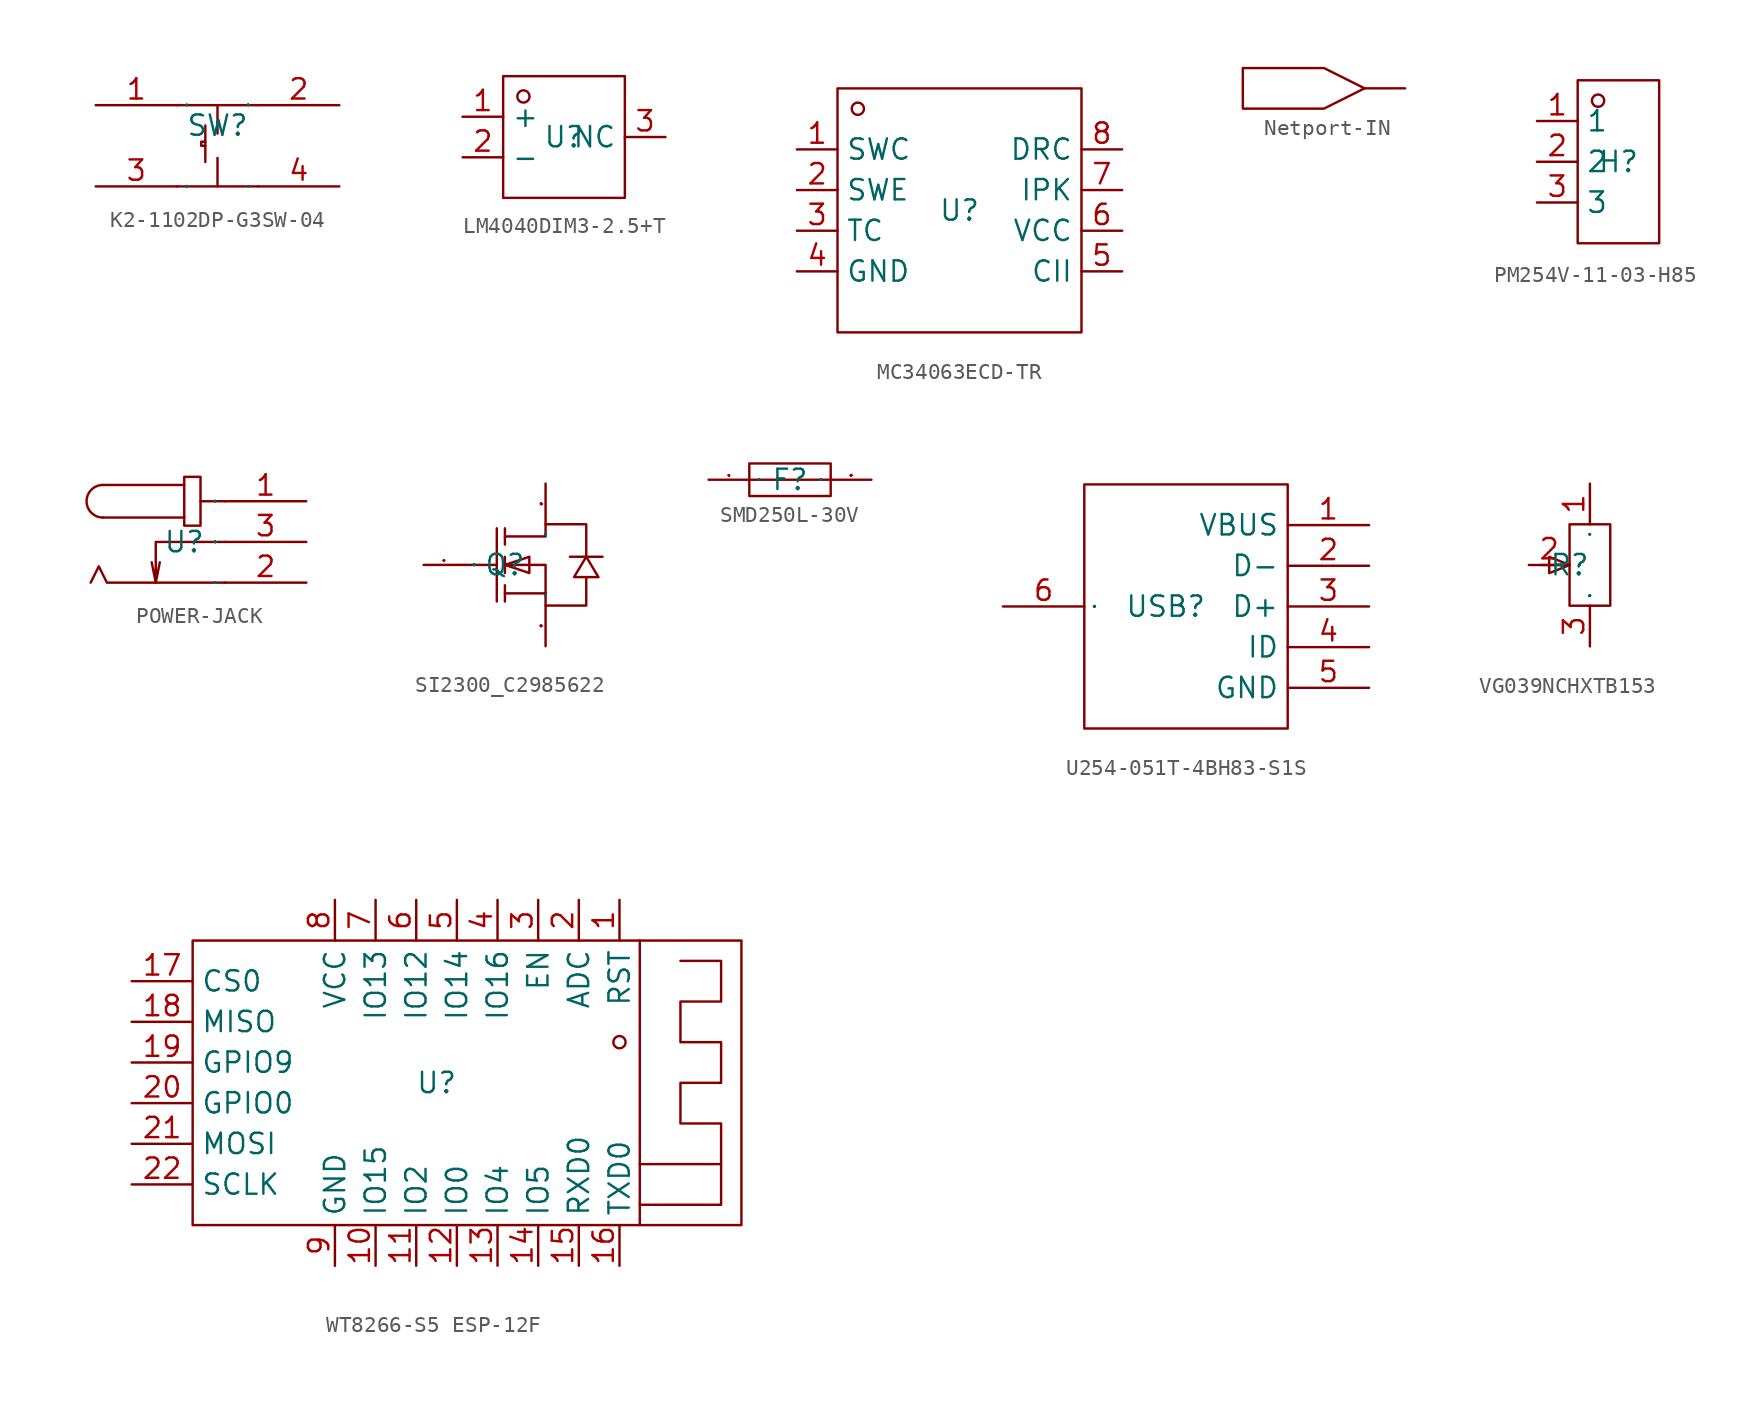
<source format=kicad_sym>
(kicad_symbol_lib
  (version 20241209)
  (generator "kicad_symbol_editor")
  (generator_version "9.0")
  (symbol "K2-1102DP-G3SW-04"
    (property "Reference" "SW"
      (at 0 0 0)
      (effects (font (size 1.27 1.27))))
    (property "Value" ""
      (at 0 0 0)
      (effects (font (size 1.27 1.27))))
    (symbol "K2-1102DP-G3SW-04_1_0"
      (polyline (pts (xy -2.54 1.27) (xy 2.54 1.27)) (stroke (width 0) (type default)) (fill (type none)))
      (polyline (pts (xy -2.54 -3.81) (xy 2.54 -3.81)) (stroke (width 0) (type default)) (fill (type none)))
      (polyline (pts (xy -0.762 0) (xy -0.762 -2.286)) (stroke (width 0) (type default)) (fill (type none)))
      (polyline (pts (xy -0.762 -1.016) (xy -1.016 -1.016) (xy -1.016 -1.016) (xy -1.016 -1.27) (xy -1.016 -1.27) (xy -0.762 -1.27)) (stroke (width 0) (type default)) (fill (type none)))
      (polyline (pts (xy 0 1.27) (xy 0 0.254)) (stroke (width 0) (type default)) (fill (type none)))
      (polyline (pts (xy 0 0.254) (xy 0 -0.508)) (stroke (width 0) (type default)) (fill (type none)))
      (polyline (pts (xy 0 -3.81) (xy 0 -2.032)) (stroke (width 0) (type default)) (fill (type none)))
      (pin input line (at -7.62 1.27 0) (length 5.08) (name "1" (effects (font (size 0.025 0.025)))) (number "1" (effects (font (size 1.27 1.27)))))
      (pin input line (at -7.62 -3.81 0) (length 5.08) (name "3" (effects (font (size 0.025 0.025)))) (number "3" (effects (font (size 1.27 1.27)))))
      (pin input line (at 7.62 1.27 180) (length 5.08) (name "2" (effects (font (size 0.025 0.025)))) (number "2" (effects (font (size 1.27 1.27)))))
      (pin input line (at 7.62 -3.81 180) (length 5.08) (name "4" (effects (font (size 0.025 0.025)))) (number "4" (effects (font (size 1.27 1.27)))))))
  (symbol "LM4040DIM3-2.5+T"
    (property "Reference" "U"
      (at 0 0 0)
      (effects (font (size 1.27 1.27))))
    (property "Value" ""
      (at 0 0 0)
      (effects (font (size 1.27 1.27))))
    (symbol "LM4040DIM3-2.5+T_1_0"
      (rectangle (start -3.81 -3.81) (end 3.81 3.81) (stroke (width 0) (type default)) (fill (type none)))
      (circle (center -2.54 2.54) (radius 0.381) (stroke (width 0) (type default)) (fill (type none)))
      (pin input line (at -6.35 1.27 0) (length 2.54) (name "+" (effects (font (size 1.27 1.27)))) (number "1" (effects (font (size 1.27 1.27)))))
      (pin input line (at -6.35 -1.27 0) (length 2.54) (name "-" (effects (font (size 1.27 1.27)))) (number "2" (effects (font (size 1.27 1.27)))))
      (pin input line (at 6.35 0 180) (length 2.54) (name "NC" (effects (font (size 1.27 1.27)))) (number "3" (effects (font (size 1.27 1.27)))))))
  (symbol "MC34063ECD-TR"
    (property "Reference" "U"
      (at 0 0 0)
      (effects (font (size 1.27 1.27))))
    (property "Value" ""
      (at 0 0 0)
      (effects (font (size 1.27 1.27))))
    (symbol "MC34063ECD-TR_1_0"
      (rectangle (start -7.62 -7.62) (end 7.62 7.62) (stroke (width 0) (type default)) (fill (type none)))
      (circle (center -6.35 6.35) (radius 0.381) (stroke (width 0) (type default)) (fill (type none)))
      (pin input line (at -10.16 3.81 0) (length 2.54) (name "SWC" (effects (font (size 1.27 1.27)))) (number "1" (effects (font (size 1.27 1.27)))))
      (pin input line (at -10.16 1.27 0) (length 2.54) (name "SWE" (effects (font (size 1.27 1.27)))) (number "2" (effects (font (size 1.27 1.27)))))
      (pin input line (at -10.16 -1.27 0) (length 2.54) (name "TC" (effects (font (size 1.27 1.27)))) (number "3" (effects (font (size 1.27 1.27)))))
      (pin input line (at -10.16 -3.81 0) (length 2.54) (name "GND" (effects (font (size 1.27 1.27)))) (number "4" (effects (font (size 1.27 1.27)))))
      (pin input line (at 10.16 3.81 180) (length 2.54) (name "DRC" (effects (font (size 1.27 1.27)))) (number "8" (effects (font (size 1.27 1.27)))))
      (pin input line (at 10.16 1.27 180) (length 2.54) (name "IPK" (effects (font (size 1.27 1.27)))) (number "7" (effects (font (size 1.27 1.27)))))
      (pin input line (at 10.16 -1.27 180) (length 2.54) (name "VCC" (effects (font (size 1.27 1.27)))) (number "6" (effects (font (size 1.27 1.27)))))
      (pin input line (at 10.16 -3.81 180) (length 2.54) (name "CII" (effects (font (size 1.27 1.27)))) (number "5" (effects (font (size 1.27 1.27)))))))
  (symbol "Netport-IN"
    (power)
    (pin_numbers
      (hide yes))
    (pin_names
      (hide yes))
    (property "Reference" "#PWR"
      (at 0 0 0)
      (effects (font (size 1.27 1.27)) (hide yes)))
    (property "Value" ""
      (at 0 0 0)
      (effects (font (size 1.27 1.27))))
    (symbol "Netport-IN_1_0"
      (polyline (pts (xy -2.54 0) (xy -5.08 1.27) (xy -10.16 1.27) (xy -10.16 -1.27) (xy -5.08 -1.27) (xy -2.54 0)) (stroke (width 0) (type default)) (fill (type none)))
      (pin input line (at 0 0 180) (length 2.54) (name "IN" (effects (font (size 0.025 0.025)))) (number "1" (effects (font (size 0.025 0.025)))))))
  (symbol "PM254V-11-03-H85"
    (property "Reference" "H"
      (at 0 0 0)
      (effects (font (size 1.27 1.27))))
    (property "Value" ""
      (at 0 0 0)
      (effects (font (size 1.27 1.27))))
    (symbol "PM254V-11-03-H85_1_0"
      (rectangle (start -2.54 -5.08) (end 2.54 5.08) (stroke (width 0) (type default)) (fill (type none)))
      (circle (center -1.27 3.81) (radius 0.381) (stroke (width 0) (type default)) (fill (type none)))
      (pin input line (at -5.08 2.54 0) (length 2.54) (name "1" (effects (font (size 1.27 1.27)))) (number "1" (effects (font (size 1.27 1.27)))))
      (pin input line (at -5.08 0 0) (length 2.54) (name "2" (effects (font (size 1.27 1.27)))) (number "2" (effects (font (size 1.27 1.27)))))
      (pin input line (at -5.08 -2.54 0) (length 2.54) (name "3" (effects (font (size 1.27 1.27)))) (number "3" (effects (font (size 1.27 1.27)))))))
  (symbol "POWER-JACK"
    (property "Reference" "U"
      (at 0 0 0)
      (effects (font (size 1.27 1.27))))
    (property "Value" ""
      (at 0 0 0)
      (effects (font (size 1.27 1.27))))
    (symbol "POWER-JACK_1_0"
      (arc (start -5.08 1.524) (mid -6.096 2.54) (end -5.08 3.556) (stroke (width 0) (type default)) (fill (type none)))
      (polyline (pts (xy -1.778 -2.54) (xy -1.524 -1.27)) (stroke (width 0) (type default)) (fill (type none)))
      (polyline (pts (xy 0 3.556) (xy -5.08 3.556)) (stroke (width 0) (type default)) (fill (type none)))
      (polyline (pts (xy 0 1.524) (xy -5.08 1.524)) (stroke (width 0) (type default)) (fill (type none)))
      (rectangle (start 0 1.016) (end 1.016 4.064) (stroke (width 0) (type default)) (fill (type none)))
      (polyline (pts (xy 2.54 2.54) (xy 1.016 2.54)) (stroke (width 0) (type default)) (fill (type none)))
      (polyline (pts (xy 2.54 0) (xy -1.778 0) (xy -1.778 0) (xy -1.778 -2.54) (xy -1.778 -2.54) (xy -2.032 -1.27)) (stroke (width 0) (type default)) (fill (type none)))
      (polyline (pts (xy 2.54 -2.54) (xy -4.826 -2.54) (xy -4.826 -2.54) (xy -5.334 -1.524) (xy -5.334 -1.524) (xy -5.842 -2.54)) (stroke (width 0) (type default)) (fill (type none)))
      (pin input line (at 7.62 2.54 180) (length 5.08) (name "1" (effects (font (size 0.025 0.025)))) (number "1" (effects (font (size 1.27 1.27)))))
      (pin input line (at 7.62 0 180) (length 5.08) (name "3" (effects (font (size 0.025 0.025)))) (number "3" (effects (font (size 1.27 1.27)))))
      (pin input line (at 7.62 -2.54 180) (length 5.08) (name "2" (effects (font (size 0.025 0.025)))) (number "2" (effects (font (size 1.27 1.27)))))))
  (symbol "SI2300_C2985622"
    (property "Reference" "Q"
      (at 0 0 0)
      (effects (font (size 1.27 1.27))))
    (property "Value" ""
      (at 0 0 0)
      (effects (font (size 1.27 1.27))))
    (symbol "SI2300_C2985622_1_0"
      (polyline (pts (xy -2.54 0) (xy -0.508 0)) (stroke (width 0) (type default)) (fill (type none)))
      (polyline (pts (xy -0.508 2.286) (xy -0.508 -2.286)) (stroke (width 0) (type default)) (fill (type none)))
      (polyline (pts (xy 0 2.286) (xy 0 1.27)) (stroke (width 0) (type default)) (fill (type none)))
      (polyline (pts (xy 0 1.778) (xy 2.54 1.778) (xy 2.54 1.778) (xy 2.54 2.54) (xy 2.54 2.54) (xy 5.08 2.54) (xy 5.08 2.54) (xy 5.08 0.508)) (stroke (width 0) (type default)) (fill (type none)))
      (polyline (pts (xy 0 0) (xy 1.524 -0.508) (xy 1.524 -0.508) (xy 1.524 0.508) (xy 1.524 0.508) (xy 0 0)) (stroke (width 0) (type default)) (fill (type none)))
      (polyline (pts (xy 0 0) (xy 2.54 0) (xy 2.54 0) (xy 2.54 -2.54) (xy 2.54 -2.54) (xy 5.08 -2.54) (xy 5.08 -2.54) (xy 5.08 -0.762)) (stroke (width 0) (type default)) (fill (type none)))
      (polyline (pts (xy 0 -0.508) (xy 0 0.508)) (stroke (width 0) (type default)) (fill (type none)))
      (polyline (pts (xy 0 -2.286) (xy 0 -1.27)) (stroke (width 0) (type default)) (fill (type none)))
      (polyline (pts (xy 2.54 -1.778) (xy 0 -1.778)) (stroke (width 0) (type default)) (fill (type none)))
      (polyline (pts (xy 5.08 0.508) (xy 4.318 -0.762) (xy 4.318 -0.762) (xy 5.842 -0.762) (xy 5.842 -0.762) (xy 5.08 0.508)) (stroke (width 0) (type default)) (fill (type none)))
      (polyline (pts (xy 6.096 0.508) (xy 5.588 0.508) (xy 5.588 0.508) (xy 4.572 0.508) (xy 4.572 0.508) (xy 4.064 0.508)) (stroke (width 0) (type default)) (fill (type none)))
      (pin input line (at -5.08 0 0) (length 2.54) (name "G" (effects (font (size 0.025 0.025)))) (number "1" (effects (font (size 0.025 0.025)))))
      (pin input line (at 2.54 5.08 270) (length 2.54) (name "D" (effects (font (size 0.025 0.025)))) (number "3" (effects (font (size 0.025 0.025)))))
      (pin input line (at 2.54 -5.08 90) (length 2.54) (name "S" (effects (font (size 0.025 0.025)))) (number "2" (effects (font (size 0.025 0.025)))))))
  (symbol "SMD250L-30V"
    (property "Reference" "F"
      (at 0 0 0)
      (effects (font (size 1.27 1.27))))
    (property "Value" ""
      (at 0 0 0)
      (effects (font (size 1.27 1.27))))
    (symbol "SMD250L-30V_1_0"
      (polyline (pts (xy -2.54 0) (xy 2.54 0)) (stroke (width 0) (type default)) (fill (type none)))
      (rectangle (start -2.54 -1.016) (end 2.54 1.016) (stroke (width 0) (type default)) (fill (type none)))
      (pin input line (at -5.08 0 0) (length 2.54) (name "1" (effects (font (size 0.025 0.025)))) (number "1" (effects (font (size 0.025 0.025)))))
      (pin input line (at 5.08 0 180) (length 2.54) (name "2" (effects (font (size 0.025 0.025)))) (number "2" (effects (font (size 0.025 0.025)))))))
  (symbol "U254-051T-4BH83-S1S"
    (property "Reference" "USB"
      (at 0 0 0)
      (effects (font (size 1.27 1.27))))
    (property "Value" ""
      (at 0 0 0)
      (effects (font (size 1.27 1.27))))
    (symbol "U254-051T-4BH83-S1S_1_0"
      (rectangle (start -5.08 -7.62) (end 7.62 7.62) (stroke (width 0) (type default)) (fill (type none)))
      (pin input line (at -10.16 0 0) (length 5.08) (name "EH" (effects (font (size 0.025 0.025)))) (number "6" (effects (font (size 1.27 1.27)))))
      (pin input line (at 12.7 5.08 180) (length 5.08) (name "VBUS" (effects (font (size 1.27 1.27)))) (number "1" (effects (font (size 1.27 1.27)))))
      (pin input line (at 12.7 2.54 180) (length 5.08) (name "D-" (effects (font (size 1.27 1.27)))) (number "2" (effects (font (size 1.27 1.27)))))
      (pin input line (at 12.7 0 180) (length 5.08) (name "D+" (effects (font (size 1.27 1.27)))) (number "3" (effects (font (size 1.27 1.27)))))
      (pin input line (at 12.7 -2.54 180) (length 5.08) (name "ID" (effects (font (size 1.27 1.27)))) (number "4" (effects (font (size 1.27 1.27)))))
      (pin input line (at 12.7 -5.08 180) (length 5.08) (name "GND" (effects (font (size 1.27 1.27)))) (number "5" (effects (font (size 1.27 1.27)))))))
  (symbol "VG039NCHXTB153"
    (property "Reference" "R"
      (at 0 0 0)
      (effects (font (size 1.27 1.27))))
    (symbol "VG039NCHXTB153_1_0"
      (polyline (pts (xy -0.508 0) (xy -1.778 0)) (stroke (width 0) (type default)) (fill (type none)))
      (polyline (pts (xy 0 0) (xy -1.27 -0.508) (xy -1.27 -0.508) (xy -1.27 0.508) (xy -1.27 0.508) (xy 0 0)) (stroke (width 0) (type default)) (fill (type none)))
      (polyline (pts (xy 0 -2.54) (xy 0 2.54) (xy 0 2.54) (xy 2.54 2.54) (xy 2.54 2.54) (xy 2.54 -2.54) (xy 2.54 -2.54) (xy 0 -2.54)) (stroke (width 0) (type default)) (fill (type none)))
      (pin input line (at -2.54 0 0) (length 2.54) (name "2" (effects (font (size 0.025 0.025)))) (number "2" (effects (font (size 1.27 1.27)))))
      (pin input line (at 1.27 5.08 270) (length 2.54) (name "1" (effects (font (size 0.025 0.025)))) (number "1" (effects (font (size 1.27 1.27)))))
      (pin input line (at 1.27 -5.08 90) (length 2.54) (name "3" (effects (font (size 0.025 0.025)))) (number "3" (effects (font (size 1.27 1.27)))))))
  (symbol "WT8266-S5 ESP-12F"
    (property "Reference" "U"
      (at 0 0 0)
      (effects (font (size 1.27 1.27))))
    (property "Value" ""
      (at 0 0 0)
      (effects (font (size 1.27 1.27))))
    (symbol "WT8266-S5 ESP-12F_1_0"
      (rectangle (start -15.24 -8.89) (end 19.05 8.89) (stroke (width 0) (type default)) (fill (type none)))
      (circle (center 11.43 2.54) (radius 0.381) (stroke (width 0) (type default)) (fill (type none)))
      (polyline (pts (xy 12.7 8.89) (xy 12.7 -8.89)) (stroke (width 0) (type default)) (fill (type none)))
      (polyline (pts (xy 15.24 7.62) (xy 17.78 7.62) (xy 17.78 7.62) (xy 17.78 5.08) (xy 17.78 5.08) (xy 15.24 5.08) (xy 15.24 5.08) (xy 15.24 2.54) (xy 15.24 2.54) (xy 17.78 2.54) (xy 17.78 2.54) (xy 17.78 0) (xy 17.78 0) (xy 15.24 0) (xy 15.24 0) (xy 15.24 -2.54) (xy 15.24 -2.54) (xy 17.78 -2.54) (xy 17.78 -2.54) (xy 17.78 -7.62) (xy 17.78 -7.62) (xy 12.7 -7.62)) (stroke (width 0) (type default)) (fill (type none)))
      (polyline (pts (xy 17.78 -5.08) (xy 12.7 -5.08)) (stroke (width 0) (type default)) (fill (type none)))
      (pin input line (at -19.05 6.35 0) (length 3.81) (name "CS0" (effects (font (size 1.27 1.27)))) (number "17" (effects (font (size 1.27 1.27)))))
      (pin input line (at -19.05 3.81 0) (length 3.81) (name "MISO" (effects (font (size 1.27 1.27)))) (number "18" (effects (font (size 1.27 1.27)))))
      (pin input line (at -19.05 1.27 0) (length 3.81) (name "GPIO9" (effects (font (size 1.27 1.27)))) (number "19" (effects (font (size 1.27 1.27)))))
      (pin input line (at -19.05 -1.27 0) (length 3.81) (name "GPIO0" (effects (font (size 1.27 1.27)))) (number "20" (effects (font (size 1.27 1.27)))))
      (pin input line (at -19.05 -3.81 0) (length 3.81) (name "MOSI" (effects (font (size 1.27 1.27)))) (number "21" (effects (font (size 1.27 1.27)))))
      (pin input line (at -19.05 -6.35 0) (length 3.81) (name "SCLK" (effects (font (size 1.27 1.27)))) (number "22" (effects (font (size 1.27 1.27)))))
      (pin input line (at -6.35 11.43 270) (length 2.54) (name "VCC" (effects (font (size 1.27 1.27)))) (number "8" (effects (font (size 1.27 1.27)))))
      (pin input line (at -6.35 -11.43 90) (length 2.54) (name "GND" (effects (font (size 1.27 1.27)))) (number "9" (effects (font (size 1.27 1.27)))))
      (pin input line (at -3.81 11.43 270) (length 2.54) (name "IO13" (effects (font (size 1.27 1.27)))) (number "7" (effects (font (size 1.27 1.27)))))
      (pin input line (at -3.81 -11.43 90) (length 2.54) (name "IO15" (effects (font (size 1.27 1.27)))) (number "10" (effects (font (size 1.27 1.27)))))
      (pin input line (at -1.27 11.43 270) (length 2.54) (name "IO12" (effects (font (size 1.27 1.27)))) (number "6" (effects (font (size 1.27 1.27)))))
      (pin input line (at -1.27 -11.43 90) (length 2.54) (name "IO2" (effects (font (size 1.27 1.27)))) (number "11" (effects (font (size 1.27 1.27)))))
      (pin input line (at 1.27 11.43 270) (length 2.54) (name "IO14" (effects (font (size 1.27 1.27)))) (number "5" (effects (font (size 1.27 1.27)))))
      (pin input line (at 1.27 -11.43 90) (length 2.54) (name "IO0" (effects (font (size 1.27 1.27)))) (number "12" (effects (font (size 1.27 1.27)))))
      (pin input line (at 3.81 11.43 270) (length 2.54) (name "IO16" (effects (font (size 1.27 1.27)))) (number "4" (effects (font (size 1.27 1.27)))))
      (pin input line (at 3.81 -11.43 90) (length 2.54) (name "IO4" (effects (font (size 1.27 1.27)))) (number "13" (effects (font (size 1.27 1.27)))))
      (pin input line (at 6.35 11.43 270) (length 2.54) (name "EN" (effects (font (size 1.27 1.27)))) (number "3" (effects (font (size 1.27 1.27)))))
      (pin input line (at 6.35 -11.43 90) (length 2.54) (name "IO5" (effects (font (size 1.27 1.27)))) (number "14" (effects (font (size 1.27 1.27)))))
      (pin input line (at 8.89 11.43 270) (length 2.54) (name "ADC" (effects (font (size 1.27 1.27)))) (number "2" (effects (font (size 1.27 1.27)))))
      (pin input line (at 8.89 -11.43 90) (length 2.54) (name "RXD0" (effects (font (size 1.27 1.27)))) (number "15" (effects (font (size 1.27 1.27)))))
      (pin input line (at 11.43 11.43 270) (length 2.54) (name "RST" (effects (font (size 1.27 1.27)))) (number "1" (effects (font (size 1.27 1.27)))))
      (pin input line (at 11.43 -11.43 90) (length 2.54) (name "TXD0" (effects (font (size 1.27 1.27)))) (number "16" (effects (font (size 1.27 1.27))))))))
</source>
